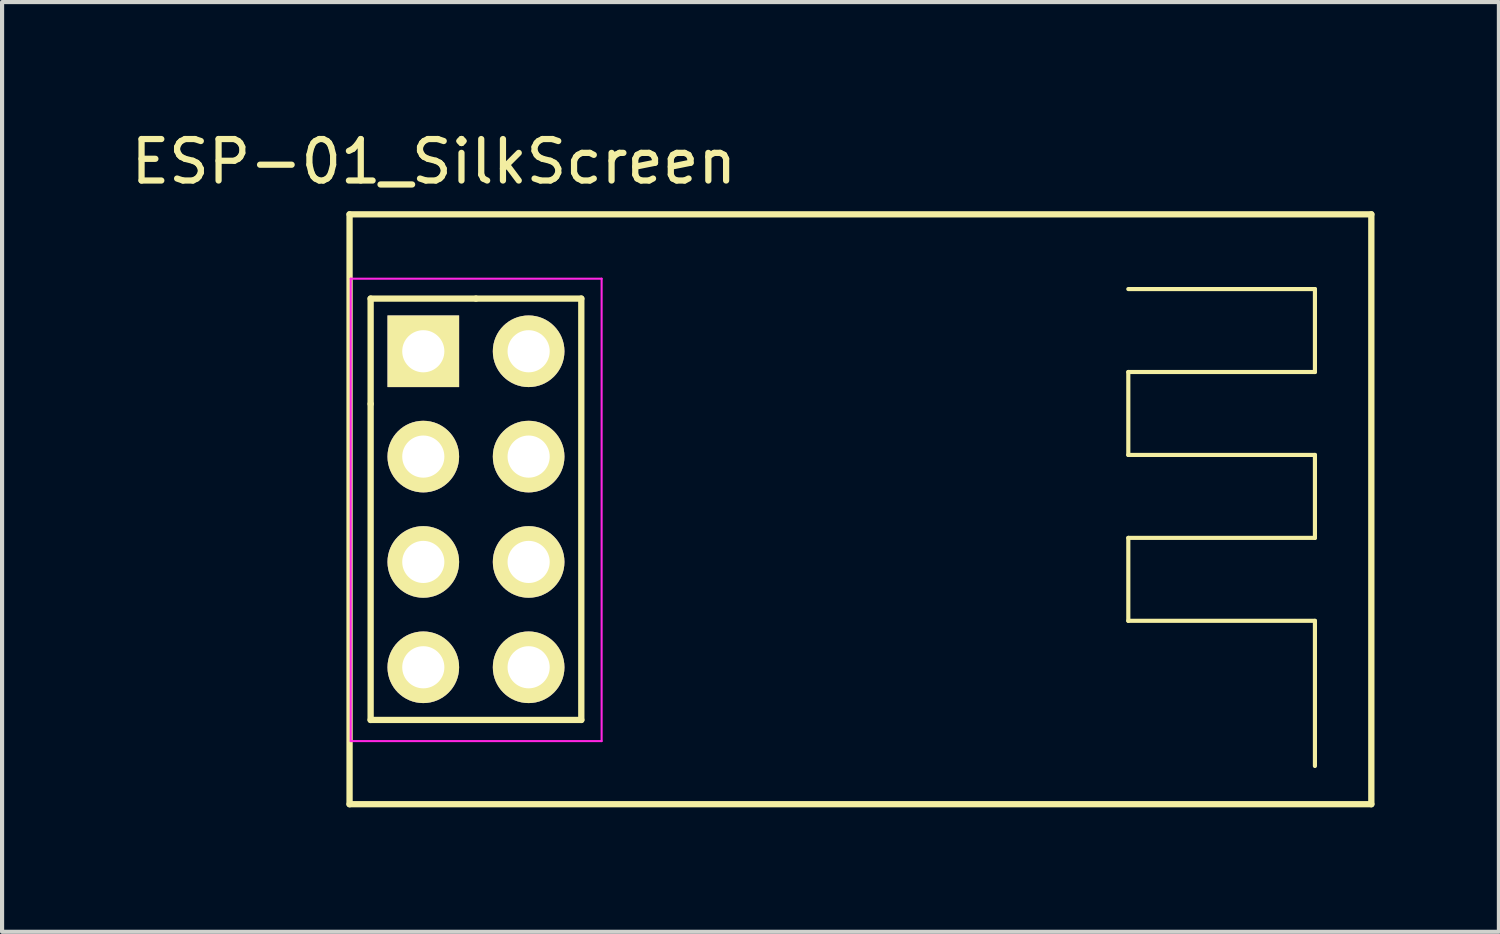
<source format=kicad_pcb>
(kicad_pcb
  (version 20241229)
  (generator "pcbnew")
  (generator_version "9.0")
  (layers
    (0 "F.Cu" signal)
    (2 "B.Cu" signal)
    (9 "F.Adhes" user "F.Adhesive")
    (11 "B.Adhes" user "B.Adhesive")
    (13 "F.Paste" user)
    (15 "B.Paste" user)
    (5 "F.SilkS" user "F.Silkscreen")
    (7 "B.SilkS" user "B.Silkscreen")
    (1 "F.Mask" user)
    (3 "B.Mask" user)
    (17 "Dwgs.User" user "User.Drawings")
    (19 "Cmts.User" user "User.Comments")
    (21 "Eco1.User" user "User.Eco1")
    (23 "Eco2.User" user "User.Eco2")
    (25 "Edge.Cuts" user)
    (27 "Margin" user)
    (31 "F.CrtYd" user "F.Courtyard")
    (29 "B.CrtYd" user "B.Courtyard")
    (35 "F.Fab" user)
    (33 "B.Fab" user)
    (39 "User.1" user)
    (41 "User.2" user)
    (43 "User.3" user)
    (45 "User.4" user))
  (footprint "ESP-01_SilkScreen"
    (layer "F.Cu")
    (at 7.157 5.42)
    (property "Reference" "ESP-01_SilkScreen" (at 0.254 -4.572 0) (layer "F.SilkS") (effects (font (size 1 1) (thickness 0.15))))
    (attr through_hole)
    (fp_line (start -1.778 -3.302) (end 22.86 -3.302) (stroke (width 0.152) (type solid)) (layer "F.SilkS"))
    (fp_line (start -1.778 10.922) (end -1.778 -3.302) (stroke (width 0.152) (type solid)) (layer "F.SilkS"))
    (fp_line (start -1.27 -1.27) (end -1.27 1.27) (stroke (width 0.152) (type solid)) (layer "F.SilkS"))
    (fp_line (start -1.27 1.27) (end -1.27 8.89) (stroke (width 0.152) (type solid)) (layer "F.SilkS"))
    (fp_line (start -1.27 8.89) (end 3.81 8.89) (stroke (width 0.152) (type solid)) (layer "F.SilkS"))
    (fp_line (start 1.27 -1.27) (end -1.27 -1.27) (stroke (width 0.152) (type solid)) (layer "F.SilkS"))
    (fp_line (start 3.81 -1.27) (end 1.27 -1.27) (stroke (width 0.152) (type solid)) (layer "F.SilkS"))
    (fp_line (start 3.81 8.89) (end 3.81 -1.27) (stroke (width 0.152) (type solid)) (layer "F.SilkS"))
    (fp_line (start 17 -1.5) (end 21.5 -1.5) (stroke (width 0.1) (type solid)) (layer "F.SilkS"))
    (fp_line (start 17 0.5) (end 17 2.5) (stroke (width 0.1) (type solid)) (layer "F.SilkS"))
    (fp_line (start 17 2.5) (end 21.5 2.5) (stroke (width 0.1) (type solid)) (layer "F.SilkS"))
    (fp_line (start 17 4.5) (end 17 6.5) (stroke (width 0.1) (type solid)) (layer "F.SilkS"))
    (fp_line (start 17 6.5) (end 21.5 6.5) (stroke (width 0.1) (type solid)) (layer "F.SilkS"))
    (fp_line (start 21.5 -1.5) (end 21.5 0.5) (stroke (width 0.1) (type solid)) (layer "F.SilkS"))
    (fp_line (start 21.5 0.5) (end 17 0.5) (stroke (width 0.1) (type solid)) (layer "F.SilkS"))
    (fp_line (start 21.5 2.5) (end 21.5 4.5) (stroke (width 0.1) (type solid)) (layer "F.SilkS"))
    (fp_line (start 21.5 4.5) (end 17 4.5) (stroke (width 0.1) (type solid)) (layer "F.SilkS"))
    (fp_line (start 21.5 6.5) (end 21.5 10) (stroke (width 0.1) (type solid)) (layer "F.SilkS"))
    (fp_line (start 22.86 -3.302) (end 22.86 10.922) (stroke (width 0.152) (type solid)) (layer "F.SilkS"))
    (fp_line (start 22.86 10.922) (end -1.778 10.922) (stroke (width 0.152) (type solid)) (layer "F.SilkS"))
    (fp_line (start -1.75 -1.75) (end -1.75 9.4) (stroke (width 0.05) (type solid)) (layer "F.CrtYd"))
    (fp_line (start -1.75 -1.75) (end 4.3 -1.75) (stroke (width 0.05) (type solid)) (layer "F.CrtYd"))
    (fp_line (start -1.75 9.4) (end 4.3 9.4) (stroke (width 0.05) (type solid)) (layer "F.CrtYd"))
    (fp_line (start 4.3 -1.75) (end 4.3 9.4) (stroke (width 0.05) (type solid)) (layer "F.CrtYd"))
    (pad "1" thru_hole rect (at 0 0) (size 1.727 1.727) (drill 1.016) (layers "*.Cu" "*.Mask" "F.SilkS"))
    (pad "2" thru_hole oval (at 2.54 0) (size 1.727 1.727) (drill 1.016) (layers "*.Cu" "*.Mask" "F.SilkS"))
    (pad "3" thru_hole oval (at 0 2.54) (size 1.727 1.727) (drill 1.016) (layers "*.Cu" "*.Mask" "F.SilkS"))
    (pad "4" thru_hole oval (at 2.54 2.54) (size 1.727 1.727) (drill 1.016) (layers "*.Cu" "*.Mask" "F.SilkS"))
    (pad "5" thru_hole oval (at 0 5.08) (size 1.727 1.727) (drill 1.016) (layers "*.Cu" "*.Mask" "F.SilkS"))
    (pad "6" thru_hole oval (at 2.54 5.08) (size 1.727 1.727) (drill 1.016) (layers "*.Cu" "*.Mask" "F.SilkS"))
    (pad "7" thru_hole oval (at 0 7.62) (size 1.727 1.727) (drill 1.016) (layers "*.Cu" "*.Mask" "F.SilkS"))
    (pad "8" thru_hole oval (at 2.54 7.62) (size 1.727 1.727) (drill 1.016) (layers "*.Cu" "*.Mask" "F.SilkS")))
  (gr_rect
    (start -3 -3)
    (end 33.093 19.418)
    (stroke (width 0.1) (type default))
    (fill no)
    (layer "Edge.Cuts")))
</source>
